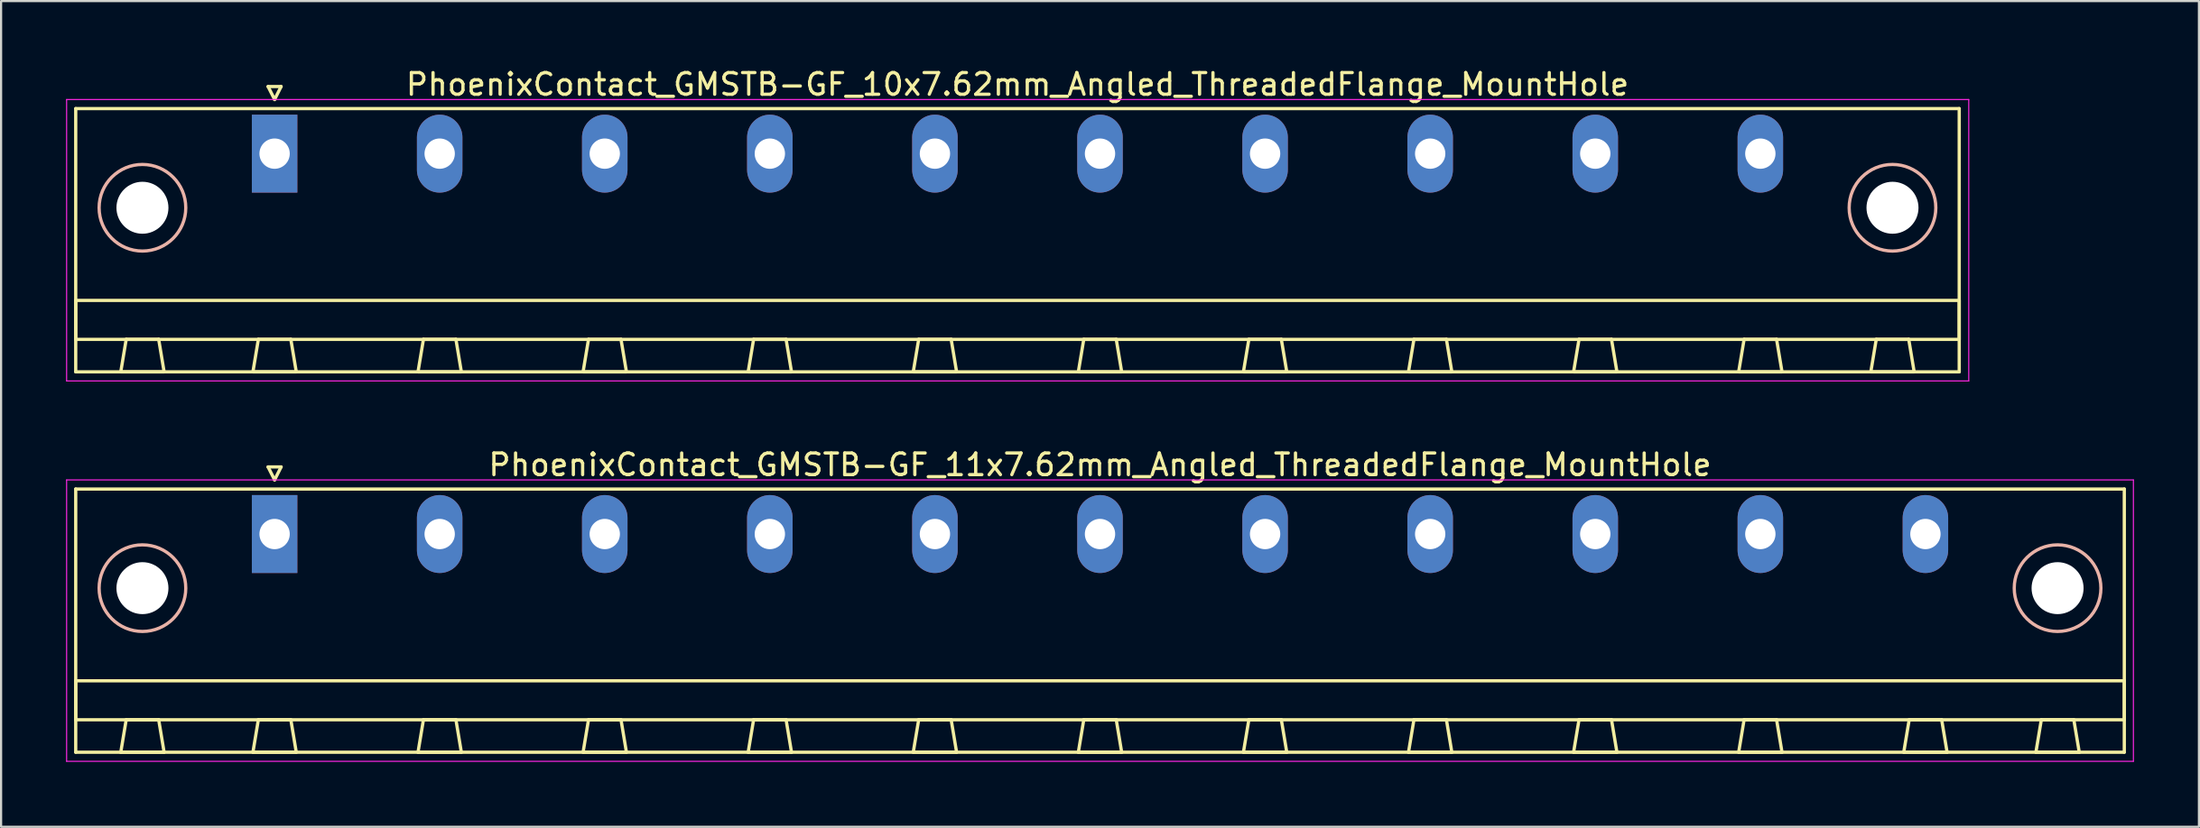
<source format=kicad_pcb>
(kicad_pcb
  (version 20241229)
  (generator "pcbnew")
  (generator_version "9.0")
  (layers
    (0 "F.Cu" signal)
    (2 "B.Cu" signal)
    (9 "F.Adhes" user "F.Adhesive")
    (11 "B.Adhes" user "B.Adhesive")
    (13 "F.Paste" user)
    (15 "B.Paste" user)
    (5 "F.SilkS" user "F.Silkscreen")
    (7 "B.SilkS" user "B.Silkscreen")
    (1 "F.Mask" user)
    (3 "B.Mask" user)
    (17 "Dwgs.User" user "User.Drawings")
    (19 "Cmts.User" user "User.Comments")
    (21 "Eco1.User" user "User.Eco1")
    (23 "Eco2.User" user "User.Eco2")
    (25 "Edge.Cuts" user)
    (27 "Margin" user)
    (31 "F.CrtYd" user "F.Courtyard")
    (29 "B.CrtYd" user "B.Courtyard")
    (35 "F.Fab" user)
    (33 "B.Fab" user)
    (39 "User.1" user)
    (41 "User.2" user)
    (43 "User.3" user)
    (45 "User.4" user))
  (footprint "PhoenixContact_GMSTB-GF_10x7.62mm_Angled_ThreadedFlange_MountHole"
    (layer "F.Cu")
    (at 9.625 4.048)
    (property "Reference" "PhoenixContact_GMSTB-GF_10x7.62mm_Angled_ThreadedFlange_MountHole" (at 34.29 -3.2 0) (layer "F.SilkS") (effects (font (size 1 1) (thickness 0.15))))
    (attr through_hole)
    (fp_line (start -9.18 -2.08) (end -9.18 10.08) (stroke (width 0.15) (type solid)) (layer "F.SilkS"))
    (fp_line (start -9.18 6.78) (end 77.76 6.78) (stroke (width 0.15) (type solid)) (layer "F.SilkS"))
    (fp_line (start -9.18 8.58) (end -9.18 6.78) (stroke (width 0.15) (type solid)) (layer "F.SilkS"))
    (fp_line (start -9.18 10.08) (end 77.76 10.08) (stroke (width 0.15) (type solid)) (layer "F.SilkS"))
    (fp_line (start -7.1 10.08) (end -5.1 10.08) (stroke (width 0.15) (type solid)) (layer "F.SilkS"))
    (fp_line (start -6.85 8.58) (end -7.1 10.08) (stroke (width 0.15) (type solid)) (layer "F.SilkS"))
    (fp_line (start -5.35 8.58) (end -6.85 8.58) (stroke (width 0.15) (type solid)) (layer "F.SilkS"))
    (fp_line (start -5.1 10.08) (end -5.35 8.58) (stroke (width 0.15) (type solid)) (layer "F.SilkS"))
    (fp_line (start -1 10.08) (end 1 10.08) (stroke (width 0.15) (type solid)) (layer "F.SilkS"))
    (fp_line (start -0.75 8.58) (end -1 10.08) (stroke (width 0.15) (type solid)) (layer "F.SilkS"))
    (fp_line (start -0.3 -3.1) (end 0 -2.5) (stroke (width 0.15) (type solid)) (layer "F.SilkS"))
    (fp_line (start 0 -2.5) (end 0.3 -3.1) (stroke (width 0.15) (type solid)) (layer "F.SilkS"))
    (fp_line (start 0.3 -3.1) (end -0.3 -3.1) (stroke (width 0.15) (type solid)) (layer "F.SilkS"))
    (fp_line (start 0.75 8.58) (end -0.75 8.58) (stroke (width 0.15) (type solid)) (layer "F.SilkS"))
    (fp_line (start 1 10.08) (end 0.75 8.58) (stroke (width 0.15) (type solid)) (layer "F.SilkS"))
    (fp_line (start 6.62 10.08) (end 8.62 10.08) (stroke (width 0.15) (type solid)) (layer "F.SilkS"))
    (fp_line (start 6.87 8.58) (end 6.62 10.08) (stroke (width 0.15) (type solid)) (layer "F.SilkS"))
    (fp_line (start 8.37 8.58) (end 6.87 8.58) (stroke (width 0.15) (type solid)) (layer "F.SilkS"))
    (fp_line (start 8.62 10.08) (end 8.37 8.58) (stroke (width 0.15) (type solid)) (layer "F.SilkS"))
    (fp_line (start 14.24 10.08) (end 16.24 10.08) (stroke (width 0.15) (type solid)) (layer "F.SilkS"))
    (fp_line (start 14.49 8.58) (end 14.24 10.08) (stroke (width 0.15) (type solid)) (layer "F.SilkS"))
    (fp_line (start 15.99 8.58) (end 14.49 8.58) (stroke (width 0.15) (type solid)) (layer "F.SilkS"))
    (fp_line (start 16.24 10.08) (end 15.99 8.58) (stroke (width 0.15) (type solid)) (layer "F.SilkS"))
    (fp_line (start 21.86 10.08) (end 23.86 10.08) (stroke (width 0.15) (type solid)) (layer "F.SilkS"))
    (fp_line (start 22.11 8.58) (end 21.86 10.08) (stroke (width 0.15) (type solid)) (layer "F.SilkS"))
    (fp_line (start 23.61 8.58) (end 22.11 8.58) (stroke (width 0.15) (type solid)) (layer "F.SilkS"))
    (fp_line (start 23.86 10.08) (end 23.61 8.58) (stroke (width 0.15) (type solid)) (layer "F.SilkS"))
    (fp_line (start 29.48 10.08) (end 31.48 10.08) (stroke (width 0.15) (type solid)) (layer "F.SilkS"))
    (fp_line (start 29.73 8.58) (end 29.48 10.08) (stroke (width 0.15) (type solid)) (layer "F.SilkS"))
    (fp_line (start 31.23 8.58) (end 29.73 8.58) (stroke (width 0.15) (type solid)) (layer "F.SilkS"))
    (fp_line (start 31.48 10.08) (end 31.23 8.58) (stroke (width 0.15) (type solid)) (layer "F.SilkS"))
    (fp_line (start 37.1 10.08) (end 39.1 10.08) (stroke (width 0.15) (type solid)) (layer "F.SilkS"))
    (fp_line (start 37.35 8.58) (end 37.1 10.08) (stroke (width 0.15) (type solid)) (layer "F.SilkS"))
    (fp_line (start 38.85 8.58) (end 37.35 8.58) (stroke (width 0.15) (type solid)) (layer "F.SilkS"))
    (fp_line (start 39.1 10.08) (end 38.85 8.58) (stroke (width 0.15) (type solid)) (layer "F.SilkS"))
    (fp_line (start 44.72 10.08) (end 46.72 10.08) (stroke (width 0.15) (type solid)) (layer "F.SilkS"))
    (fp_line (start 44.97 8.58) (end 44.72 10.08) (stroke (width 0.15) (type solid)) (layer "F.SilkS"))
    (fp_line (start 46.47 8.58) (end 44.97 8.58) (stroke (width 0.15) (type solid)) (layer "F.SilkS"))
    (fp_line (start 46.72 10.08) (end 46.47 8.58) (stroke (width 0.15) (type solid)) (layer "F.SilkS"))
    (fp_line (start 52.34 10.08) (end 54.34 10.08) (stroke (width 0.15) (type solid)) (layer "F.SilkS"))
    (fp_line (start 52.59 8.58) (end 52.34 10.08) (stroke (width 0.15) (type solid)) (layer "F.SilkS"))
    (fp_line (start 54.09 8.58) (end 52.59 8.58) (stroke (width 0.15) (type solid)) (layer "F.SilkS"))
    (fp_line (start 54.34 10.08) (end 54.09 8.58) (stroke (width 0.15) (type solid)) (layer "F.SilkS"))
    (fp_line (start 59.96 10.08) (end 61.96 10.08) (stroke (width 0.15) (type solid)) (layer "F.SilkS"))
    (fp_line (start 60.21 8.58) (end 59.96 10.08) (stroke (width 0.15) (type solid)) (layer "F.SilkS"))
    (fp_line (start 61.71 8.58) (end 60.21 8.58) (stroke (width 0.15) (type solid)) (layer "F.SilkS"))
    (fp_line (start 61.96 10.08) (end 61.71 8.58) (stroke (width 0.15) (type solid)) (layer "F.SilkS"))
    (fp_line (start 67.58 10.08) (end 69.58 10.08) (stroke (width 0.15) (type solid)) (layer "F.SilkS"))
    (fp_line (start 67.83 8.58) (end 67.58 10.08) (stroke (width 0.15) (type solid)) (layer "F.SilkS"))
    (fp_line (start 69.33 8.58) (end 67.83 8.58) (stroke (width 0.15) (type solid)) (layer "F.SilkS"))
    (fp_line (start 69.58 10.08) (end 69.33 8.58) (stroke (width 0.15) (type solid)) (layer "F.SilkS"))
    (fp_line (start 73.68 10.08) (end 75.68 10.08) (stroke (width 0.15) (type solid)) (layer "F.SilkS"))
    (fp_line (start 73.93 8.58) (end 73.68 10.08) (stroke (width 0.15) (type solid)) (layer "F.SilkS"))
    (fp_line (start 75.43 8.58) (end 73.93 8.58) (stroke (width 0.15) (type solid)) (layer "F.SilkS"))
    (fp_line (start 75.68 10.08) (end 75.43 8.58) (stroke (width 0.15) (type solid)) (layer "F.SilkS"))
    (fp_line (start 77.76 -2.08) (end -9.18 -2.08) (stroke (width 0.15) (type solid)) (layer "F.SilkS"))
    (fp_line (start 77.76 6.78) (end 77.76 8.58) (stroke (width 0.15) (type solid)) (layer "F.SilkS"))
    (fp_line (start 77.76 8.58) (end -9.18 8.58) (stroke (width 0.15) (type solid)) (layer "F.SilkS"))
    (fp_line (start 77.76 10.08) (end 77.76 -2.08) (stroke (width 0.15) (type solid)) (layer "F.SilkS"))
    (fp_circle (center -6.1 2.5) (end -4.1 2.5) (stroke (width 0.15) (type solid)) (fill no) (layer "B.SilkS"))
    (fp_circle (center 74.68 2.5) (end 76.68 2.5) (stroke (width 0.15) (type solid)) (fill no) (layer "B.SilkS"))
    (fp_line (start -9.6 -2.5) (end -9.6 10.5) (stroke (width 0.05) (type solid)) (layer "F.CrtYd"))
    (fp_line (start -9.6 10.5) (end 78.2 10.5) (stroke (width 0.05) (type solid)) (layer "F.CrtYd"))
    (fp_line (start 78.2 -2.5) (end -9.6 -2.5) (stroke (width 0.05) (type solid)) (layer "F.CrtYd"))
    (fp_line (start 78.2 10.5) (end 78.2 -2.5) (stroke (width 0.05) (type solid)) (layer "F.CrtYd"))
    (pad "" np_thru_hole circle (at -6.1 2.5) (size 2.4 2.4) (drill 2.4) (layers "*.Cu" "*.Mask"))
    (pad "" np_thru_hole circle (at 74.68 2.5) (size 2.4 2.4) (drill 2.4) (layers "*.Cu" "*.Mask"))
    (pad "1" thru_hole rect (at 0 0) (size 2.1 3.6) (drill 1.4) (layers "*.Cu" "*.Mask"))
    (pad "2" thru_hole oval (at 7.62 0) (size 2.1 3.6) (drill 1.4) (layers "*.Cu" "*.Mask"))
    (pad "3" thru_hole oval (at 15.24 0) (size 2.1 3.6) (drill 1.4) (layers "*.Cu" "*.Mask"))
    (pad "4" thru_hole oval (at 22.86 0) (size 2.1 3.6) (drill 1.4) (layers "*.Cu" "*.Mask"))
    (pad "5" thru_hole oval (at 30.48 0) (size 2.1 3.6) (drill 1.4) (layers "*.Cu" "*.Mask"))
    (pad "6" thru_hole oval (at 38.1 0) (size 2.1 3.6) (drill 1.4) (layers "*.Cu" "*.Mask"))
    (pad "7" thru_hole oval (at 45.72 0) (size 2.1 3.6) (drill 1.4) (layers "*.Cu" "*.Mask"))
    (pad "8" thru_hole oval (at 53.34 0) (size 2.1 3.6) (drill 1.4) (layers "*.Cu" "*.Mask"))
    (pad "9" thru_hole oval (at 60.96 0) (size 2.1 3.6) (drill 1.4) (layers "*.Cu" "*.Mask"))
    (pad "10" thru_hole oval (at 68.58 0) (size 2.1 3.6) (drill 1.4) (layers "*.Cu" "*.Mask")))
  (footprint "PhoenixContact_GMSTB-GF_11x7.62mm_Angled_ThreadedFlange_MountHole"
    (layer "F.Cu")
    (at 9.625 21.622)
    (property "Reference" "PhoenixContact_GMSTB-GF_11x7.62mm_Angled_ThreadedFlange_MountHole" (at 38.1 -3.2 0) (layer "F.SilkS") (effects (font (size 1 1) (thickness 0.15))))
    (attr through_hole)
    (fp_line (start -9.18 -2.08) (end -9.18 10.08) (stroke (width 0.15) (type solid)) (layer "F.SilkS"))
    (fp_line (start -9.18 6.78) (end 85.38 6.78) (stroke (width 0.15) (type solid)) (layer "F.SilkS"))
    (fp_line (start -9.18 8.58) (end -9.18 6.78) (stroke (width 0.15) (type solid)) (layer "F.SilkS"))
    (fp_line (start -9.18 10.08) (end 85.38 10.08) (stroke (width 0.15) (type solid)) (layer "F.SilkS"))
    (fp_line (start -7.1 10.08) (end -5.1 10.08) (stroke (width 0.15) (type solid)) (layer "F.SilkS"))
    (fp_line (start -6.85 8.58) (end -7.1 10.08) (stroke (width 0.15) (type solid)) (layer "F.SilkS"))
    (fp_line (start -5.35 8.58) (end -6.85 8.58) (stroke (width 0.15) (type solid)) (layer "F.SilkS"))
    (fp_line (start -5.1 10.08) (end -5.35 8.58) (stroke (width 0.15) (type solid)) (layer "F.SilkS"))
    (fp_line (start -1 10.08) (end 1 10.08) (stroke (width 0.15) (type solid)) (layer "F.SilkS"))
    (fp_line (start -0.75 8.58) (end -1 10.08) (stroke (width 0.15) (type solid)) (layer "F.SilkS"))
    (fp_line (start -0.3 -3.1) (end 0 -2.5) (stroke (width 0.15) (type solid)) (layer "F.SilkS"))
    (fp_line (start 0 -2.5) (end 0.3 -3.1) (stroke (width 0.15) (type solid)) (layer "F.SilkS"))
    (fp_line (start 0.3 -3.1) (end -0.3 -3.1) (stroke (width 0.15) (type solid)) (layer "F.SilkS"))
    (fp_line (start 0.75 8.58) (end -0.75 8.58) (stroke (width 0.15) (type solid)) (layer "F.SilkS"))
    (fp_line (start 1 10.08) (end 0.75 8.58) (stroke (width 0.15) (type solid)) (layer "F.SilkS"))
    (fp_line (start 6.62 10.08) (end 8.62 10.08) (stroke (width 0.15) (type solid)) (layer "F.SilkS"))
    (fp_line (start 6.87 8.58) (end 6.62 10.08) (stroke (width 0.15) (type solid)) (layer "F.SilkS"))
    (fp_line (start 8.37 8.58) (end 6.87 8.58) (stroke (width 0.15) (type solid)) (layer "F.SilkS"))
    (fp_line (start 8.62 10.08) (end 8.37 8.58) (stroke (width 0.15) (type solid)) (layer "F.SilkS"))
    (fp_line (start 14.24 10.08) (end 16.24 10.08) (stroke (width 0.15) (type solid)) (layer "F.SilkS"))
    (fp_line (start 14.49 8.58) (end 14.24 10.08) (stroke (width 0.15) (type solid)) (layer "F.SilkS"))
    (fp_line (start 15.99 8.58) (end 14.49 8.58) (stroke (width 0.15) (type solid)) (layer "F.SilkS"))
    (fp_line (start 16.24 10.08) (end 15.99 8.58) (stroke (width 0.15) (type solid)) (layer "F.SilkS"))
    (fp_line (start 21.86 10.08) (end 23.86 10.08) (stroke (width 0.15) (type solid)) (layer "F.SilkS"))
    (fp_line (start 22.11 8.58) (end 21.86 10.08) (stroke (width 0.15) (type solid)) (layer "F.SilkS"))
    (fp_line (start 23.61 8.58) (end 22.11 8.58) (stroke (width 0.15) (type solid)) (layer "F.SilkS"))
    (fp_line (start 23.86 10.08) (end 23.61 8.58) (stroke (width 0.15) (type solid)) (layer "F.SilkS"))
    (fp_line (start 29.48 10.08) (end 31.48 10.08) (stroke (width 0.15) (type solid)) (layer "F.SilkS"))
    (fp_line (start 29.73 8.58) (end 29.48 10.08) (stroke (width 0.15) (type solid)) (layer "F.SilkS"))
    (fp_line (start 31.23 8.58) (end 29.73 8.58) (stroke (width 0.15) (type solid)) (layer "F.SilkS"))
    (fp_line (start 31.48 10.08) (end 31.23 8.58) (stroke (width 0.15) (type solid)) (layer "F.SilkS"))
    (fp_line (start 37.1 10.08) (end 39.1 10.08) (stroke (width 0.15) (type solid)) (layer "F.SilkS"))
    (fp_line (start 37.35 8.58) (end 37.1 10.08) (stroke (width 0.15) (type solid)) (layer "F.SilkS"))
    (fp_line (start 38.85 8.58) (end 37.35 8.58) (stroke (width 0.15) (type solid)) (layer "F.SilkS"))
    (fp_line (start 39.1 10.08) (end 38.85 8.58) (stroke (width 0.15) (type solid)) (layer "F.SilkS"))
    (fp_line (start 44.72 10.08) (end 46.72 10.08) (stroke (width 0.15) (type solid)) (layer "F.SilkS"))
    (fp_line (start 44.97 8.58) (end 44.72 10.08) (stroke (width 0.15) (type solid)) (layer "F.SilkS"))
    (fp_line (start 46.47 8.58) (end 44.97 8.58) (stroke (width 0.15) (type solid)) (layer "F.SilkS"))
    (fp_line (start 46.72 10.08) (end 46.47 8.58) (stroke (width 0.15) (type solid)) (layer "F.SilkS"))
    (fp_line (start 52.34 10.08) (end 54.34 10.08) (stroke (width 0.15) (type solid)) (layer "F.SilkS"))
    (fp_line (start 52.59 8.58) (end 52.34 10.08) (stroke (width 0.15) (type solid)) (layer "F.SilkS"))
    (fp_line (start 54.09 8.58) (end 52.59 8.58) (stroke (width 0.15) (type solid)) (layer "F.SilkS"))
    (fp_line (start 54.34 10.08) (end 54.09 8.58) (stroke (width 0.15) (type solid)) (layer "F.SilkS"))
    (fp_line (start 59.96 10.08) (end 61.96 10.08) (stroke (width 0.15) (type solid)) (layer "F.SilkS"))
    (fp_line (start 60.21 8.58) (end 59.96 10.08) (stroke (width 0.15) (type solid)) (layer "F.SilkS"))
    (fp_line (start 61.71 8.58) (end 60.21 8.58) (stroke (width 0.15) (type solid)) (layer "F.SilkS"))
    (fp_line (start 61.96 10.08) (end 61.71 8.58) (stroke (width 0.15) (type solid)) (layer "F.SilkS"))
    (fp_line (start 67.58 10.08) (end 69.58 10.08) (stroke (width 0.15) (type solid)) (layer "F.SilkS"))
    (fp_line (start 67.83 8.58) (end 67.58 10.08) (stroke (width 0.15) (type solid)) (layer "F.SilkS"))
    (fp_line (start 69.33 8.58) (end 67.83 8.58) (stroke (width 0.15) (type solid)) (layer "F.SilkS"))
    (fp_line (start 69.58 10.08) (end 69.33 8.58) (stroke (width 0.15) (type solid)) (layer "F.SilkS"))
    (fp_line (start 75.2 10.08) (end 77.2 10.08) (stroke (width 0.15) (type solid)) (layer "F.SilkS"))
    (fp_line (start 75.45 8.58) (end 75.2 10.08) (stroke (width 0.15) (type solid)) (layer "F.SilkS"))
    (fp_line (start 76.95 8.58) (end 75.45 8.58) (stroke (width 0.15) (type solid)) (layer "F.SilkS"))
    (fp_line (start 77.2 10.08) (end 76.95 8.58) (stroke (width 0.15) (type solid)) (layer "F.SilkS"))
    (fp_line (start 81.3 10.08) (end 83.3 10.08) (stroke (width 0.15) (type solid)) (layer "F.SilkS"))
    (fp_line (start 81.55 8.58) (end 81.3 10.08) (stroke (width 0.15) (type solid)) (layer "F.SilkS"))
    (fp_line (start 83.05 8.58) (end 81.55 8.58) (stroke (width 0.15) (type solid)) (layer "F.SilkS"))
    (fp_line (start 83.3 10.08) (end 83.05 8.58) (stroke (width 0.15) (type solid)) (layer "F.SilkS"))
    (fp_line (start 85.38 -2.08) (end -9.18 -2.08) (stroke (width 0.15) (type solid)) (layer "F.SilkS"))
    (fp_line (start 85.38 6.78) (end 85.38 8.58) (stroke (width 0.15) (type solid)) (layer "F.SilkS"))
    (fp_line (start 85.38 8.58) (end -9.18 8.58) (stroke (width 0.15) (type solid)) (layer "F.SilkS"))
    (fp_line (start 85.38 10.08) (end 85.38 -2.08) (stroke (width 0.15) (type solid)) (layer "F.SilkS"))
    (fp_circle (center -6.1 2.5) (end -4.1 2.5) (stroke (width 0.15) (type solid)) (fill no) (layer "B.SilkS"))
    (fp_circle (center 82.3 2.5) (end 84.3 2.5) (stroke (width 0.15) (type solid)) (fill no) (layer "B.SilkS"))
    (fp_line (start -9.6 -2.5) (end -9.6 10.5) (stroke (width 0.05) (type solid)) (layer "F.CrtYd"))
    (fp_line (start -9.6 10.5) (end 85.8 10.5) (stroke (width 0.05) (type solid)) (layer "F.CrtYd"))
    (fp_line (start 85.8 -2.5) (end -9.6 -2.5) (stroke (width 0.05) (type solid)) (layer "F.CrtYd"))
    (fp_line (start 85.8 10.5) (end 85.8 -2.5) (stroke (width 0.05) (type solid)) (layer "F.CrtYd"))
    (pad "" np_thru_hole circle (at -6.1 2.5) (size 2.4 2.4) (drill 2.4) (layers "*.Cu" "*.Mask"))
    (pad "" np_thru_hole circle (at 82.3 2.5) (size 2.4 2.4) (drill 2.4) (layers "*.Cu" "*.Mask"))
    (pad "1" thru_hole rect (at 0 0) (size 2.1 3.6) (drill 1.4) (layers "*.Cu" "*.Mask"))
    (pad "2" thru_hole oval (at 7.62 0) (size 2.1 3.6) (drill 1.4) (layers "*.Cu" "*.Mask"))
    (pad "3" thru_hole oval (at 15.24 0) (size 2.1 3.6) (drill 1.4) (layers "*.Cu" "*.Mask"))
    (pad "4" thru_hole oval (at 22.86 0) (size 2.1 3.6) (drill 1.4) (layers "*.Cu" "*.Mask"))
    (pad "5" thru_hole oval (at 30.48 0) (size 2.1 3.6) (drill 1.4) (layers "*.Cu" "*.Mask"))
    (pad "6" thru_hole oval (at 38.1 0) (size 2.1 3.6) (drill 1.4) (layers "*.Cu" "*.Mask"))
    (pad "7" thru_hole oval (at 45.72 0) (size 2.1 3.6) (drill 1.4) (layers "*.Cu" "*.Mask"))
    (pad "8" thru_hole oval (at 53.34 0) (size 2.1 3.6) (drill 1.4) (layers "*.Cu" "*.Mask"))
    (pad "9" thru_hole oval (at 60.96 0) (size 2.1 3.6) (drill 1.4) (layers "*.Cu" "*.Mask"))
    (pad "10" thru_hole oval (at 68.58 0) (size 2.1 3.6) (drill 1.4) (layers "*.Cu" "*.Mask"))
    (pad "11" thru_hole oval (at 76.2 0) (size 2.1 3.6) (drill 1.4) (layers "*.Cu" "*.Mask")))
  (gr_rect
    (start -3 -3)
    (end 98.45 35.147)
    (stroke (width 0.1) (type default))
    (fill no)
    (layer "Edge.Cuts")))
</source>
